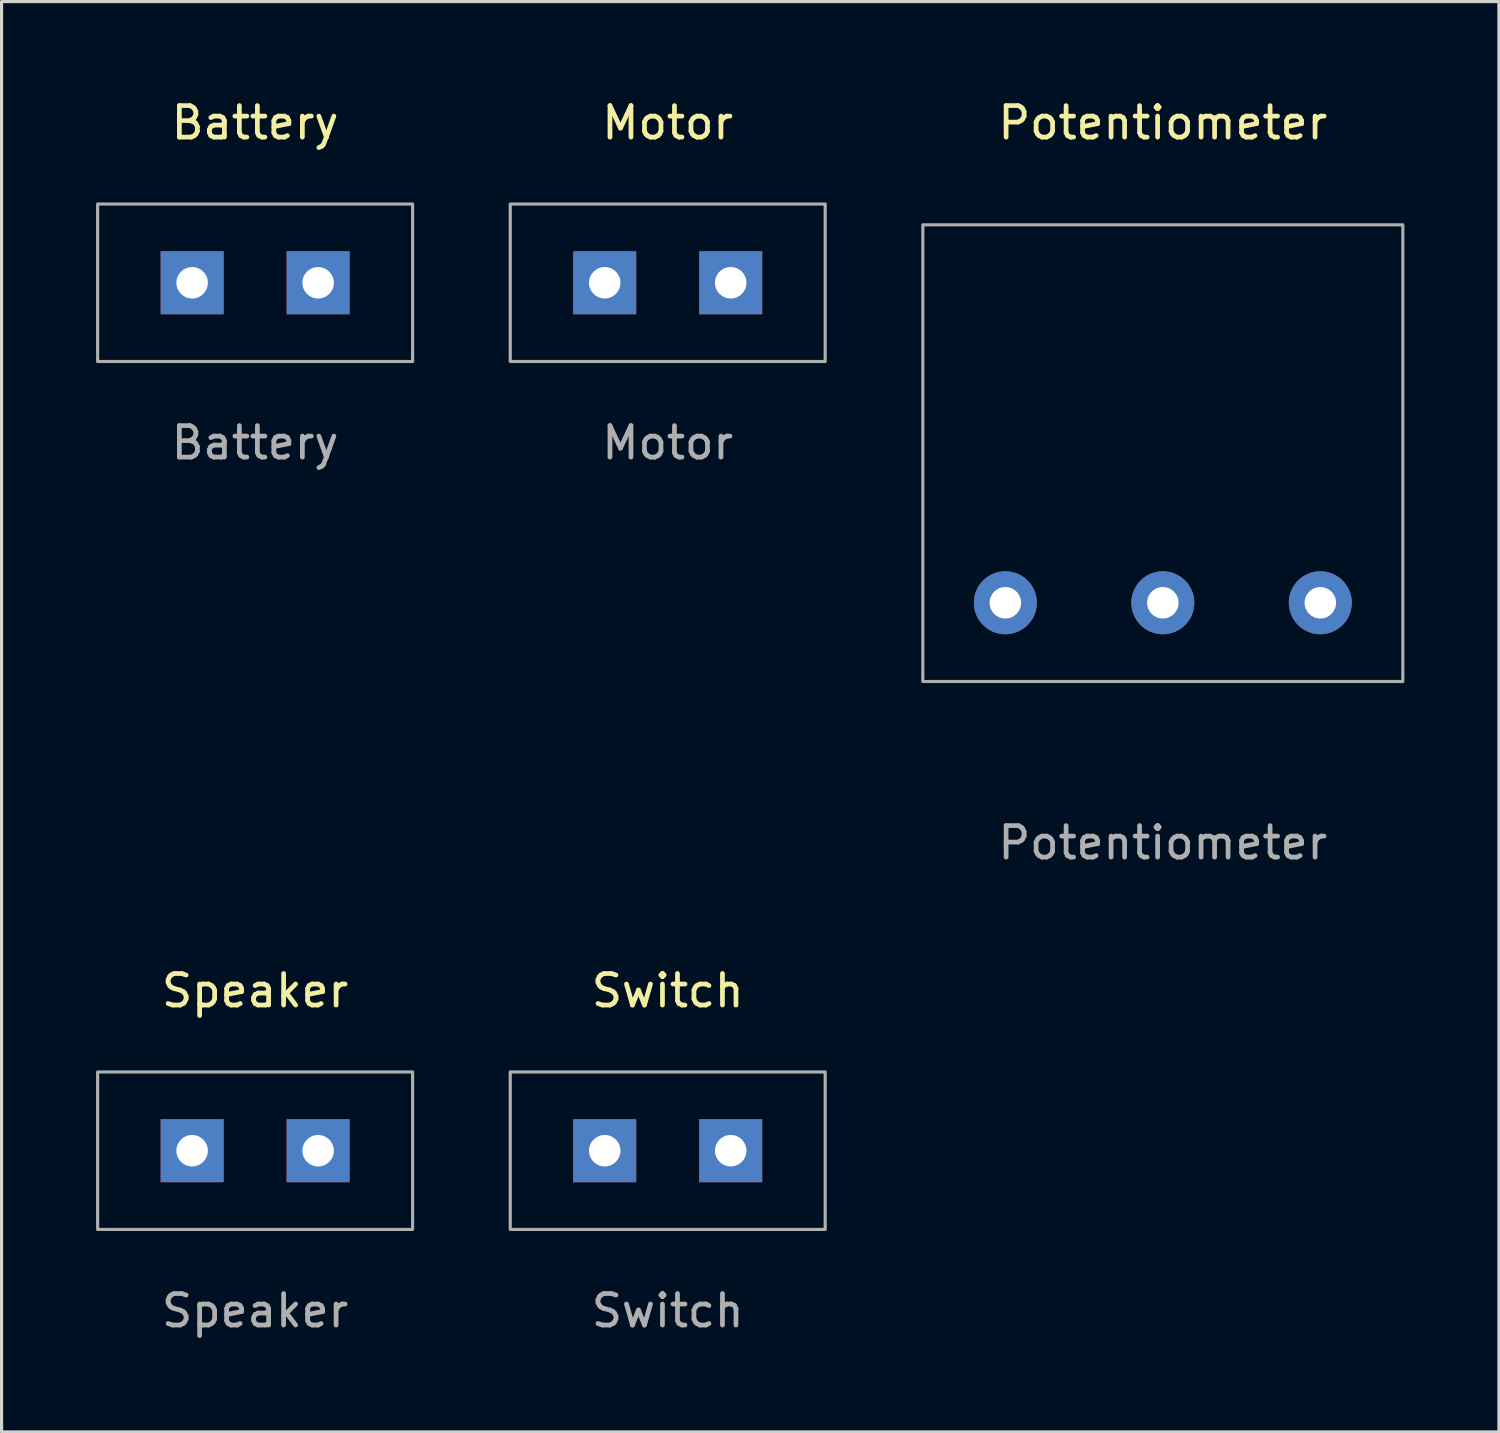
<source format=kicad_pcb>
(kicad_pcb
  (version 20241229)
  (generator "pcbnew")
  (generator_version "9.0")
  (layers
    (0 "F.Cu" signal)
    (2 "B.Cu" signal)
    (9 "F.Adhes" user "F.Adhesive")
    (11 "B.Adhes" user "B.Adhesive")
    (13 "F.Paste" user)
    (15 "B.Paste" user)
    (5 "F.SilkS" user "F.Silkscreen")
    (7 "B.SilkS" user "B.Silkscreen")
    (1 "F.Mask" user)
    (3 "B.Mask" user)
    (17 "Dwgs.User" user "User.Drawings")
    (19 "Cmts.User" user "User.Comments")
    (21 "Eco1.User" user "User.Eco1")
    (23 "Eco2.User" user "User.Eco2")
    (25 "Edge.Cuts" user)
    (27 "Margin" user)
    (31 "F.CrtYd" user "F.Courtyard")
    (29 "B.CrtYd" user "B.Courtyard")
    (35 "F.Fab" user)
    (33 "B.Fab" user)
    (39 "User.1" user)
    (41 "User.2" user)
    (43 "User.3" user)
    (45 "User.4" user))
  (footprint "Battery"
    (layer "F.Cu")
    (at 5.05 5.928)
    (property "Reference" "Battery" (at 0 -5.08 0) (unlocked yes) (layer "F.SilkS") (effects (font (size 1 1) (thickness 0.15))))
    (attr through_hole)
    (fp_rect (start -5 -2.5) (end 5 2.5) (stroke (width 0.1) (type solid)) (fill no) (layer "F.Fab"))
    (fp_text user "${REFERENCE}" (at 0 5.08 0) (unlocked yes) (layer "F.Fab") (effects (font (size 1 1) (thickness 0.15))))
    (pad "1" thru_hole rect (at -2 0 90) (size 2 2) (drill 1) (layers "*.Cu" "*.Mask"))
    (pad "2" thru_hole rect (at 2 0 90) (size 2 2) (drill 1) (layers "*.Cu" "*.Mask")))
  (footprint "Potentiometer"
    (layer "F.Cu")
    (at 33.87 16.088)
    (property "Reference" "Potentiometer" (at 0 -15.24 0) (unlocked yes) (layer "F.SilkS") (effects (font (size 1 1) (thickness 0.15))))
    (attr through_hole)
    (fp_rect (start -7.62 -12) (end 7.62 2.5) (stroke (width 0.1) (type solid)) (fill no) (layer "F.Fab"))
    (fp_text user "${REFERENCE}" (at 0 7.62 0) (unlocked yes) (layer "F.Fab") (effects (font (size 1 1) (thickness 0.15))))
    (pad "1" thru_hole circle (at -5 0 90) (size 2 2) (drill 1) (layers "*.Cu" "*.Mask"))
    (pad "2" thru_hole circle (at 0 0 90) (size 2 2) (drill 1) (layers "*.Cu" "*.Mask"))
    (pad "3" thru_hole circle (at 5 0 90) (size 2 2) (drill 1) (layers "*.Cu" "*.Mask")))
  (footprint "Switch"
    (layer "F.Cu")
    (at 18.15 33.485)
    (property "Reference" "Switch" (at 0 -5.08 0) (unlocked yes) (layer "F.SilkS") (effects (font (size 1 1) (thickness 0.15))))
    (attr through_hole)
    (fp_rect (start -5 -2.5) (end 5 2.5) (stroke (width 0.1) (type solid)) (fill no) (layer "F.Fab"))
    (fp_text user "${REFERENCE}" (at 0 5.08 0) (unlocked yes) (layer "F.Fab") (effects (font (size 1 1) (thickness 0.15))))
    (pad "1" thru_hole rect (at -2 0 90) (size 2 2) (drill 1) (layers "*.Cu" "*.Mask"))
    (pad "2" thru_hole rect (at 2 0 90) (size 2 2) (drill 1) (layers "*.Cu" "*.Mask")))
  (footprint "Speaker"
    (layer "F.Cu")
    (at 5.05 33.485)
    (property "Reference" "Speaker" (at 0 -5.08 0) (unlocked yes) (layer "F.SilkS") (effects (font (size 1 1) (thickness 0.15))))
    (attr through_hole)
    (fp_rect (start -5 -2.5) (end 5 2.5) (stroke (width 0.1) (type solid)) (fill no) (layer "F.Fab"))
    (fp_text user "${REFERENCE}" (at 0 5.08 0) (unlocked yes) (layer "F.Fab") (effects (font (size 1 1) (thickness 0.15))))
    (pad "1" thru_hole rect (at -2 0 90) (size 2 2) (drill 1) (layers "*.Cu" "*.Mask"))
    (pad "2" thru_hole rect (at 2 0 90) (size 2 2) (drill 1) (layers "*.Cu" "*.Mask")))
  (footprint "Motor"
    (layer "F.Cu")
    (at 18.15 5.928)
    (property "Reference" "Motor" (at 0 -5.08 0) (unlocked yes) (layer "F.SilkS") (effects (font (size 1 1) (thickness 0.15))))
    (attr through_hole)
    (fp_rect (start -5 -2.5) (end 5 2.5) (stroke (width 0.1) (type solid)) (fill no) (layer "F.Fab"))
    (fp_text user "${REFERENCE}" (at 0 5.08 0) (unlocked yes) (layer "F.Fab") (effects (font (size 1 1) (thickness 0.15))))
    (pad "1" thru_hole rect (at -2 0 90) (size 2 2) (drill 1) (layers "*.Cu" "*.Mask"))
    (pad "2" thru_hole rect (at 2 0 90) (size 2 2) (drill 1) (layers "*.Cu" "*.Mask")))
  (gr_rect
    (start -3 -3)
    (end 44.54 42.413)
    (stroke (width 0.1) (type default))
    (fill no)
    (layer "Edge.Cuts")))
</source>
